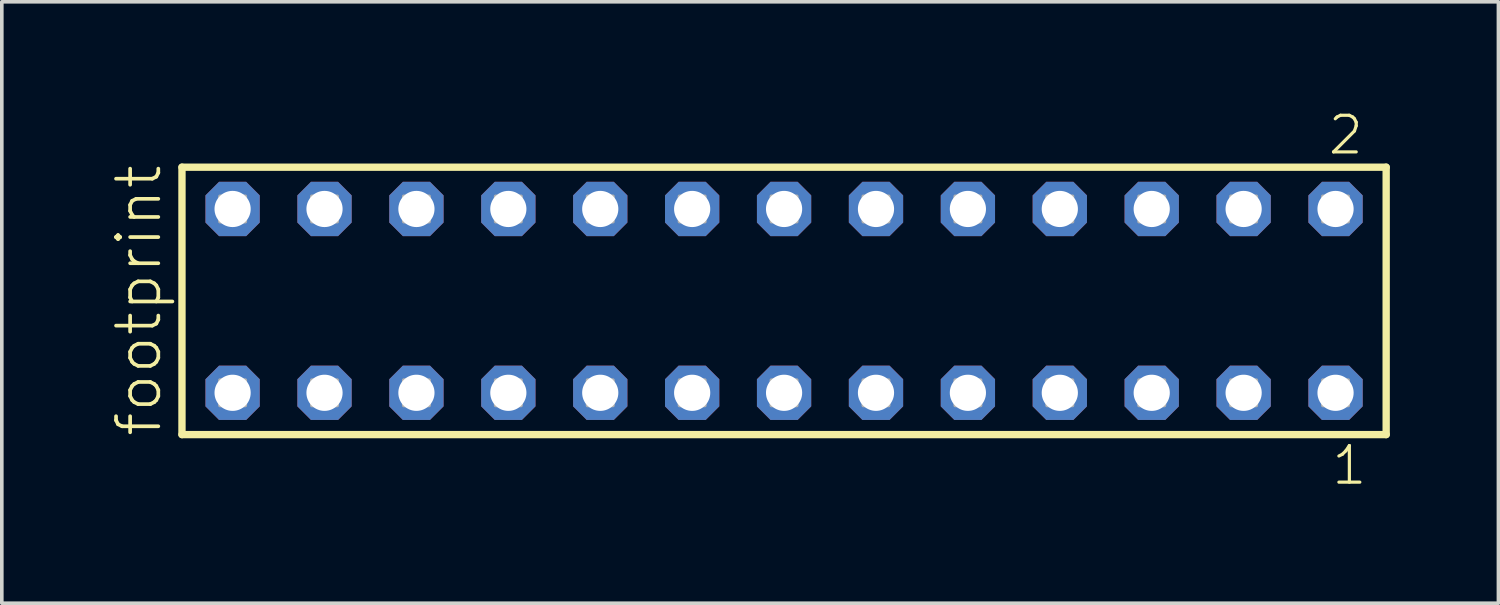
<source format=kicad_pcb>
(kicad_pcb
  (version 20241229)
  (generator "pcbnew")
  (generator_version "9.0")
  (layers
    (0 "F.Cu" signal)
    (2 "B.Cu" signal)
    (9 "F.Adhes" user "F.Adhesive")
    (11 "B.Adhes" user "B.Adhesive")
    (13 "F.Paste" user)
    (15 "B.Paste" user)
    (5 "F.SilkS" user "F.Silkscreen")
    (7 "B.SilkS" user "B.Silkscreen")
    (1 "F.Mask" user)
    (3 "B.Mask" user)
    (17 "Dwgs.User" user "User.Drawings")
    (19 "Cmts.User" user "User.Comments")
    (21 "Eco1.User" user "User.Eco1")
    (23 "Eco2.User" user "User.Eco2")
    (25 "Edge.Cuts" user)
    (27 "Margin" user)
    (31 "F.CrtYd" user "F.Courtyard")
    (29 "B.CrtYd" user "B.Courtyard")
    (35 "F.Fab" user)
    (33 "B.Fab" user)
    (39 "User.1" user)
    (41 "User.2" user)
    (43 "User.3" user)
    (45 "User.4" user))
  (footprint "footprint"
    (layer "F.Cu")
    (at 18.618 5.265)
    (property "Reference" "footprint" (at -17.145 3.81 90) (layer "F.SilkS") (effects (font (size 1.168 1.168) (thickness 0.102)) (justify left bottom)))
    (fp_line (start -16.639 -3.695) (end 16.639 -3.695) (stroke (width 0.203) (type solid)) (layer "F.SilkS"))
    (fp_line (start -16.639 3.695) (end -16.639 -3.695) (stroke (width 0.203) (type solid)) (layer "F.SilkS"))
    (fp_line (start 16.639 -3.695) (end 16.639 3.695) (stroke (width 0.203) (type solid)) (layer "F.SilkS"))
    (fp_line (start 16.639 3.695) (end -16.639 3.695) (stroke (width 0.203) (type solid)) (layer "F.SilkS"))
    (fp_poly (pts (xy -15.59 -2.19) (xy -14.89 -2.19) (xy -14.89 -2.89) (xy -15.59 -2.89)) (stroke (width 0.1) (type solid)) (fill no) (layer "F.Fab"))
    (fp_poly (pts (xy -15.59 2.89) (xy -14.89 2.89) (xy -14.89 2.19) (xy -15.59 2.19)) (stroke (width 0.1) (type solid)) (fill no) (layer "F.Fab"))
    (fp_poly (pts (xy -13.05 -2.19) (xy -12.35 -2.19) (xy -12.35 -2.89) (xy -13.05 -2.89)) (stroke (width 0.1) (type solid)) (fill no) (layer "F.Fab"))
    (fp_poly (pts (xy -13.05 2.89) (xy -12.35 2.89) (xy -12.35 2.19) (xy -13.05 2.19)) (stroke (width 0.1) (type solid)) (fill no) (layer "F.Fab"))
    (fp_poly (pts (xy -10.51 -2.19) (xy -9.81 -2.19) (xy -9.81 -2.89) (xy -10.51 -2.89)) (stroke (width 0.1) (type solid)) (fill no) (layer "F.Fab"))
    (fp_poly (pts (xy -10.51 2.89) (xy -9.81 2.89) (xy -9.81 2.19) (xy -10.51 2.19)) (stroke (width 0.1) (type solid)) (fill no) (layer "F.Fab"))
    (fp_poly (pts (xy -7.97 -2.19) (xy -7.27 -2.19) (xy -7.27 -2.89) (xy -7.97 -2.89)) (stroke (width 0.1) (type solid)) (fill no) (layer "F.Fab"))
    (fp_poly (pts (xy -7.97 2.89) (xy -7.27 2.89) (xy -7.27 2.19) (xy -7.97 2.19)) (stroke (width 0.1) (type solid)) (fill no) (layer "F.Fab"))
    (fp_poly (pts (xy -5.43 -2.19) (xy -4.73 -2.19) (xy -4.73 -2.89) (xy -5.43 -2.89)) (stroke (width 0.1) (type solid)) (fill no) (layer "F.Fab"))
    (fp_poly (pts (xy -5.43 2.89) (xy -4.73 2.89) (xy -4.73 2.19) (xy -5.43 2.19)) (stroke (width 0.1) (type solid)) (fill no) (layer "F.Fab"))
    (fp_poly (pts (xy -2.89 -2.19) (xy -2.19 -2.19) (xy -2.19 -2.89) (xy -2.89 -2.89)) (stroke (width 0.1) (type solid)) (fill no) (layer "F.Fab"))
    (fp_poly (pts (xy -2.89 2.89) (xy -2.19 2.89) (xy -2.19 2.19) (xy -2.89 2.19)) (stroke (width 0.1) (type solid)) (fill no) (layer "F.Fab"))
    (fp_poly (pts (xy -0.35 -2.19) (xy 0.35 -2.19) (xy 0.35 -2.89) (xy -0.35 -2.89)) (stroke (width 0.1) (type solid)) (fill no) (layer "F.Fab"))
    (fp_poly (pts (xy -0.35 2.89) (xy 0.35 2.89) (xy 0.35 2.19) (xy -0.35 2.19)) (stroke (width 0.1) (type solid)) (fill no) (layer "F.Fab"))
    (fp_poly (pts (xy 2.19 -2.19) (xy 2.89 -2.19) (xy 2.89 -2.89) (xy 2.19 -2.89)) (stroke (width 0.1) (type solid)) (fill no) (layer "F.Fab"))
    (fp_poly (pts (xy 2.19 2.89) (xy 2.89 2.89) (xy 2.89 2.19) (xy 2.19 2.19)) (stroke (width 0.1) (type solid)) (fill no) (layer "F.Fab"))
    (fp_poly (pts (xy 4.73 -2.19) (xy 5.43 -2.19) (xy 5.43 -2.89) (xy 4.73 -2.89)) (stroke (width 0.1) (type solid)) (fill no) (layer "F.Fab"))
    (fp_poly (pts (xy 4.73 2.89) (xy 5.43 2.89) (xy 5.43 2.19) (xy 4.73 2.19)) (stroke (width 0.1) (type solid)) (fill no) (layer "F.Fab"))
    (fp_poly (pts (xy 7.27 -2.19) (xy 7.97 -2.19) (xy 7.97 -2.89) (xy 7.27 -2.89)) (stroke (width 0.1) (type solid)) (fill no) (layer "F.Fab"))
    (fp_poly (pts (xy 7.27 2.89) (xy 7.97 2.89) (xy 7.97 2.19) (xy 7.27 2.19)) (stroke (width 0.1) (type solid)) (fill no) (layer "F.Fab"))
    (fp_poly (pts (xy 9.81 -2.19) (xy 10.51 -2.19) (xy 10.51 -2.89) (xy 9.81 -2.89)) (stroke (width 0.1) (type solid)) (fill no) (layer "F.Fab"))
    (fp_poly (pts (xy 9.81 2.89) (xy 10.51 2.89) (xy 10.51 2.19) (xy 9.81 2.19)) (stroke (width 0.1) (type solid)) (fill no) (layer "F.Fab"))
    (fp_poly (pts (xy 12.35 -2.19) (xy 13.05 -2.19) (xy 13.05 -2.89) (xy 12.35 -2.89)) (stroke (width 0.1) (type solid)) (fill no) (layer "F.Fab"))
    (fp_poly (pts (xy 12.35 2.89) (xy 13.05 2.89) (xy 13.05 2.19) (xy 12.35 2.19)) (stroke (width 0.1) (type solid)) (fill no) (layer "F.Fab"))
    (fp_poly (pts (xy 14.89 -2.19) (xy 15.59 -2.19) (xy 15.59 -2.89) (xy 14.89 -2.89)) (stroke (width 0.1) (type solid)) (fill no) (layer "F.Fab"))
    (fp_poly (pts (xy 14.89 2.89) (xy 15.59 2.89) (xy 15.59 2.19) (xy 14.89 2.19)) (stroke (width 0.1) (type solid)) (fill no) (layer "F.Fab"))
    (fp_text user "1" (at 15.082 5.138 0) (layer "F.SilkS") (effects (font (size 1.012 1.012) (thickness 0.088)) (justify left bottom)))
    (fp_text user "2" (at 14.982 -3.989 0) (layer "F.SilkS") (effects (font (size 1.012 1.012) (thickness 0.088)) (justify left bottom)))
    (pad "1" thru_hole roundrect (at 15.24 2.54 180) (size 1.5 1.5) (drill 1) (layers "*.Cu" "*.Mask") (roundrect_rratio 0.25) (chamfer_ratio 0.25) (chamfer top_left top_right bottom_left bottom_right))
    (pad "2" thru_hole roundrect (at 15.24 -2.54 180) (size 1.5 1.5) (drill 1) (layers "*.Cu" "*.Mask") (roundrect_rratio 0.25) (chamfer_ratio 0.25) (chamfer top_left top_right bottom_left bottom_right))
    (pad "3" thru_hole roundrect (at 12.7 2.54 180) (size 1.5 1.5) (drill 1) (layers "*.Cu" "*.Mask") (roundrect_rratio 0.25) (chamfer_ratio 0.25) (chamfer top_left top_right bottom_left bottom_right))
    (pad "4" thru_hole roundrect (at 12.7 -2.54 180) (size 1.5 1.5) (drill 1) (layers "*.Cu" "*.Mask") (roundrect_rratio 0.25) (chamfer_ratio 0.25) (chamfer top_left top_right bottom_left bottom_right))
    (pad "5" thru_hole roundrect (at 10.16 2.54 180) (size 1.5 1.5) (drill 1) (layers "*.Cu" "*.Mask") (roundrect_rratio 0.25) (chamfer_ratio 0.25) (chamfer top_left top_right bottom_left bottom_right))
    (pad "6" thru_hole roundrect (at 10.16 -2.54 180) (size 1.5 1.5) (drill 1) (layers "*.Cu" "*.Mask") (roundrect_rratio 0.25) (chamfer_ratio 0.25) (chamfer top_left top_right bottom_left bottom_right))
    (pad "7" thru_hole roundrect (at 7.62 2.54 180) (size 1.5 1.5) (drill 1) (layers "*.Cu" "*.Mask") (roundrect_rratio 0.25) (chamfer_ratio 0.25) (chamfer top_left top_right bottom_left bottom_right))
    (pad "8" thru_hole roundrect (at 7.62 -2.54 180) (size 1.5 1.5) (drill 1) (layers "*.Cu" "*.Mask") (roundrect_rratio 0.25) (chamfer_ratio 0.25) (chamfer top_left top_right bottom_left bottom_right))
    (pad "9" thru_hole roundrect (at 5.08 2.54 180) (size 1.5 1.5) (drill 1) (layers "*.Cu" "*.Mask") (roundrect_rratio 0.25) (chamfer_ratio 0.25) (chamfer top_left top_right bottom_left bottom_right))
    (pad "10" thru_hole roundrect (at 5.08 -2.54 180) (size 1.5 1.5) (drill 1) (layers "*.Cu" "*.Mask") (roundrect_rratio 0.25) (chamfer_ratio 0.25) (chamfer top_left top_right bottom_left bottom_right))
    (pad "11" thru_hole roundrect (at 2.54 2.54 180) (size 1.5 1.5) (drill 1) (layers "*.Cu" "*.Mask") (roundrect_rratio 0.25) (chamfer_ratio 0.25) (chamfer top_left top_right bottom_left bottom_right))
    (pad "12" thru_hole roundrect (at 2.54 -2.54 180) (size 1.5 1.5) (drill 1) (layers "*.Cu" "*.Mask") (roundrect_rratio 0.25) (chamfer_ratio 0.25) (chamfer top_left top_right bottom_left bottom_right))
    (pad "13" thru_hole roundrect (at 0 2.54 180) (size 1.5 1.5) (drill 1) (layers "*.Cu" "*.Mask") (roundrect_rratio 0.25) (chamfer_ratio 0.25) (chamfer top_left top_right bottom_left bottom_right))
    (pad "14" thru_hole roundrect (at 0 -2.54 180) (size 1.5 1.5) (drill 1) (layers "*.Cu" "*.Mask") (roundrect_rratio 0.25) (chamfer_ratio 0.25) (chamfer top_left top_right bottom_left bottom_right))
    (pad "15" thru_hole roundrect (at -2.54 2.54 180) (size 1.5 1.5) (drill 1) (layers "*.Cu" "*.Mask") (roundrect_rratio 0.25) (chamfer_ratio 0.25) (chamfer top_left top_right bottom_left bottom_right))
    (pad "16" thru_hole roundrect (at -2.54 -2.54 180) (size 1.5 1.5) (drill 1) (layers "*.Cu" "*.Mask") (roundrect_rratio 0.25) (chamfer_ratio 0.25) (chamfer top_left top_right bottom_left bottom_right))
    (pad "17" thru_hole roundrect (at -5.08 2.54 180) (size 1.5 1.5) (drill 1) (layers "*.Cu" "*.Mask") (roundrect_rratio 0.25) (chamfer_ratio 0.25) (chamfer top_left top_right bottom_left bottom_right))
    (pad "18" thru_hole roundrect (at -5.08 -2.54 180) (size 1.5 1.5) (drill 1) (layers "*.Cu" "*.Mask") (roundrect_rratio 0.25) (chamfer_ratio 0.25) (chamfer top_left top_right bottom_left bottom_right))
    (pad "19" thru_hole roundrect (at -7.62 2.54 180) (size 1.5 1.5) (drill 1) (layers "*.Cu" "*.Mask") (roundrect_rratio 0.25) (chamfer_ratio 0.25) (chamfer top_left top_right bottom_left bottom_right))
    (pad "20" thru_hole roundrect (at -7.62 -2.54 180) (size 1.5 1.5) (drill 1) (layers "*.Cu" "*.Mask") (roundrect_rratio 0.25) (chamfer_ratio 0.25) (chamfer top_left top_right bottom_left bottom_right))
    (pad "21" thru_hole roundrect (at -10.16 2.54 180) (size 1.5 1.5) (drill 1) (layers "*.Cu" "*.Mask") (roundrect_rratio 0.25) (chamfer_ratio 0.25) (chamfer top_left top_right bottom_left bottom_right))
    (pad "22" thru_hole roundrect (at -10.16 -2.54 180) (size 1.5 1.5) (drill 1) (layers "*.Cu" "*.Mask") (roundrect_rratio 0.25) (chamfer_ratio 0.25) (chamfer top_left top_right bottom_left bottom_right))
    (pad "23" thru_hole roundrect (at -12.7 2.54 180) (size 1.5 1.5) (drill 1) (layers "*.Cu" "*.Mask") (roundrect_rratio 0.25) (chamfer_ratio 0.25) (chamfer top_left top_right bottom_left bottom_right))
    (pad "24" thru_hole roundrect (at -12.7 -2.54 180) (size 1.5 1.5) (drill 1) (layers "*.Cu" "*.Mask") (roundrect_rratio 0.25) (chamfer_ratio 0.25) (chamfer top_left top_right bottom_left bottom_right))
    (pad "25" thru_hole roundrect (at -15.24 2.54 180) (size 1.5 1.5) (drill 1) (layers "*.Cu" "*.Mask") (roundrect_rratio 0.25) (chamfer_ratio 0.25) (chamfer top_left top_right bottom_left bottom_right))
    (pad "26" thru_hole roundrect (at -15.24 -2.54 180) (size 1.5 1.5) (drill 1) (layers "*.Cu" "*.Mask") (roundrect_rratio 0.25) (chamfer_ratio 0.25) (chamfer top_left top_right bottom_left bottom_right)))
  (gr_rect
    (start -3 -3)
    (end 38.359 13.62)
    (stroke (width 0.1) (type default))
    (fill no)
    (layer "Edge.Cuts")))
</source>
